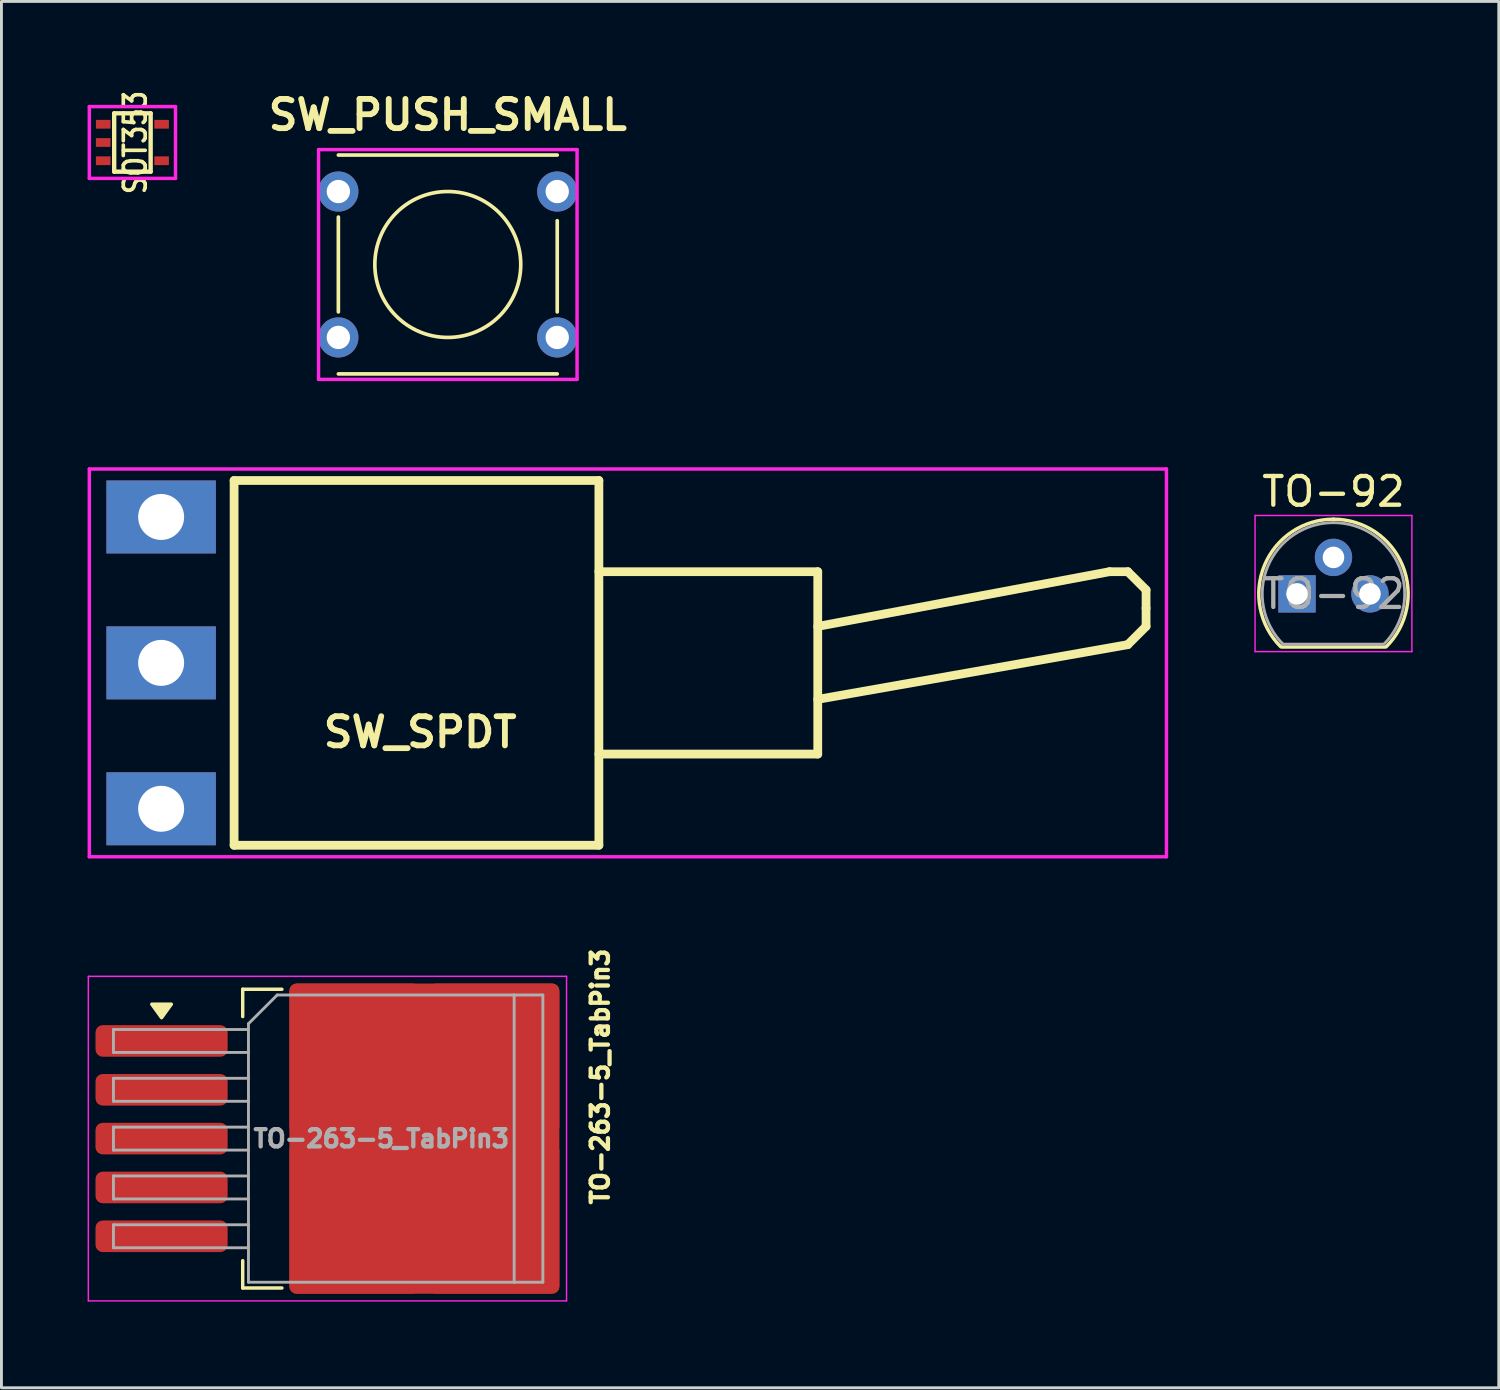
<source format=kicad_pcb>
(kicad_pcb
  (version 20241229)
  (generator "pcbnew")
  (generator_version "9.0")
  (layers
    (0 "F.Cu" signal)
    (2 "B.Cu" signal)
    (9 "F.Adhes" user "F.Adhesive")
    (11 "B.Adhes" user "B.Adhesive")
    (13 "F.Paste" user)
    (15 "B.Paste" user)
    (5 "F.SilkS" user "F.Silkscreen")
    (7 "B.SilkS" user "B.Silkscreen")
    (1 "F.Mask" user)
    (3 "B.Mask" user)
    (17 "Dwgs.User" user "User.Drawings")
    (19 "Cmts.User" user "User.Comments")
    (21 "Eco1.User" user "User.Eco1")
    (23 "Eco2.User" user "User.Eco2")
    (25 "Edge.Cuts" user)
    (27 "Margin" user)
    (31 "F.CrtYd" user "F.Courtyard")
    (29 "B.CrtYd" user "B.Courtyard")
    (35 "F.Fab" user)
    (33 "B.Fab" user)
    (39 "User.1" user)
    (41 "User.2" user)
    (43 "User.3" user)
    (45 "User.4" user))
  (footprint "TO-92"
    (layer "F.Cu")
    (at 42.105 17.626)
    (property "Reference" "TO-92" (at 1.27 -3.56 0) (layer "F.SilkS") (effects (font (size 1 1) (thickness 0.15))))
    (attr through_hole)
    (fp_line (start -0.53 1.85) (end 3.07 1.85) (stroke (width 0.12) (type solid)) (layer "F.SilkS"))
    (fp_arc (start -0.568478 1.838478) (mid -1.132087 -0.994977) (end 1.27 -2.6) (stroke (width 0.12) (type solid)) (layer "F.SilkS"))
    (fp_arc (start 1.27 -2.6) (mid 3.672087 -0.994977) (end 3.108478 1.838478) (stroke (width 0.12) (type solid)) (layer "F.SilkS"))
    (fp_line (start -1.46 -2.73) (end -1.46 2.01) (stroke (width 0.05) (type solid)) (layer "F.CrtYd"))
    (fp_line (start -1.46 -2.73) (end 4 -2.73) (stroke (width 0.05) (type solid)) (layer "F.CrtYd"))
    (fp_line (start 4 2.01) (end -1.46 2.01) (stroke (width 0.05) (type solid)) (layer "F.CrtYd"))
    (fp_line (start 4 2.01) (end 4 -2.73) (stroke (width 0.05) (type solid)) (layer "F.CrtYd"))
    (fp_line (start -0.5 1.75) (end 3 1.75) (stroke (width 0.1) (type solid)) (layer "F.Fab"))
    (fp_arc (start -0.483625 1.753625) (mid -1.021221 -0.949055) (end 1.27 -2.48) (stroke (width 0.1) (type solid)) (layer "F.Fab"))
    (fp_arc (start 1.27 -2.48) (mid 3.561221 -0.949055) (end 3.023625 1.753625) (stroke (width 0.1) (type solid)) (layer "F.Fab"))
    (fp_text user "${REFERENCE}" (at 1.27 0 0) (layer "F.Fab") (effects (font (size 1 1) (thickness 0.15))))
    (pad "1" thru_hole rect (at 0 0) (size 1.3 1.3) (drill 0.75) (layers "*.Cu" "*.Mask"))
    (pad "2" thru_hole circle (at 1.27 -1.27) (size 1.3 1.3) (drill 0.75) (layers "*.Cu" "*.Mask"))
    (pad "3" thru_hole circle (at 2.54 0) (size 1.3 1.3) (drill 0.75) (layers "*.Cu" "*.Mask")))
  (footprint "SW_SPDT"
    (layer "F.Cu")
    (at 2.56 20.028)
    (property "Reference" "SW_SPDT" (at 9.017 2.413 180) (layer "F.SilkS") (effects (font (size 1.016 1.016) (thickness 0.203))))
    (attr through_hole)
    (fp_line (start 2.54 -6.35) (end 2.54 6.35) (stroke (width 0.305) (type solid)) (layer "F.SilkS"))
    (fp_line (start 2.54 6.35) (end 15.24 6.35) (stroke (width 0.305) (type solid)) (layer "F.SilkS"))
    (fp_line (start 15.24 -6.35) (end 2.54 -6.35) (stroke (width 0.305) (type solid)) (layer "F.SilkS"))
    (fp_line (start 15.24 -3.175) (end 22.86 -3.175) (stroke (width 0.305) (type solid)) (layer "F.SilkS"))
    (fp_line (start 15.24 6.35) (end 15.24 -6.35) (stroke (width 0.305) (type solid)) (layer "F.SilkS"))
    (fp_line (start 22.86 -3.175) (end 22.86 3.175) (stroke (width 0.305) (type solid)) (layer "F.SilkS"))
    (fp_line (start 22.86 -1.27) (end 33.02 -3.175) (stroke (width 0.305) (type solid)) (layer "F.SilkS"))
    (fp_line (start 22.86 3.175) (end 15.24 3.175) (stroke (width 0.305) (type solid)) (layer "F.SilkS"))
    (fp_line (start 33.02 -3.175) (end 33.655 -3.175) (stroke (width 0.305) (type solid)) (layer "F.SilkS"))
    (fp_line (start 33.655 -3.175) (end 34.29 -2.54) (stroke (width 0.305) (type solid)) (layer "F.SilkS"))
    (fp_line (start 33.655 -0.635) (end 22.86 1.27) (stroke (width 0.305) (type solid)) (layer "F.SilkS"))
    (fp_line (start 34.29 -2.54) (end 34.29 -1.905) (stroke (width 0.305) (type solid)) (layer "F.SilkS"))
    (fp_line (start 34.29 -1.905) (end 34.29 -1.27) (stroke (width 0.305) (type solid)) (layer "F.SilkS"))
    (fp_line (start 34.29 -1.27) (end 33.655 -0.635) (stroke (width 0.305) (type solid)) (layer "F.SilkS"))
    (fp_line (start -2.5 -6.75) (end 35 -6.75) (stroke (width 0.12) (type solid)) (layer "F.CrtYd"))
    (fp_line (start -2.5 6.75) (end -2.5 -6.75) (stroke (width 0.12) (type solid)) (layer "F.CrtYd"))
    (fp_line (start 35 -6.75) (end 35 6.75) (stroke (width 0.12) (type solid)) (layer "F.CrtYd"))
    (fp_line (start 35 6.75) (end -2.5 6.75) (stroke (width 0.12) (type solid)) (layer "F.CrtYd"))
    (pad "1" thru_hole rect (at 0 -5.08) (size 3.81 2.54) (drill 1.6) (layers "*.Cu" "*.Mask"))
    (pad "2" thru_hole rect (at 0 0) (size 3.81 2.54) (drill 1.6) (layers "*.Cu" "*.Mask"))
    (pad "3" thru_hole rect (at 0 5.08) (size 3.81 2.54) (drill 1.6) (layers "*.Cu" "*.Mask")))
  (footprint "SW_PUSH_SMALL"
    (layer "F.Cu")
    (at 12.54 6.158)
    (property "Reference" "SW_PUSH_SMALL" (at 0 -5.207 0) (layer "F.SilkS") (effects (font (size 1.016 1.016) (thickness 0.203))))
    (attr through_hole)
    (fp_line (start -3.81 -3.81) (end 3.81 -3.81) (stroke (width 0.127) (type solid)) (layer "F.SilkS"))
    (fp_line (start -3.81 -1.651) (end -3.81 1.651) (stroke (width 0.127) (type solid)) (layer "F.SilkS"))
    (fp_line (start 3.81 -1.524) (end 3.81 1.651) (stroke (width 0.127) (type solid)) (layer "F.SilkS"))
    (fp_line (start 3.81 3.81) (end -3.81 3.81) (stroke (width 0.127) (type solid)) (layer "F.SilkS"))
    (fp_circle (center 0 0) (end 0 -2.54) (stroke (width 0.127) (type solid)) (fill no) (layer "F.SilkS"))
    (fp_line (start -4.5 -4) (end 4.5 -4) (stroke (width 0.12) (type solid)) (layer "F.CrtYd"))
    (fp_line (start -4.5 4) (end -4.5 -4) (stroke (width 0.12) (type solid)) (layer "F.CrtYd"))
    (fp_line (start 4.5 -4) (end 4.5 4) (stroke (width 0.12) (type solid)) (layer "F.CrtYd"))
    (fp_line (start 4.5 4) (end -4.5 4) (stroke (width 0.12) (type solid)) (layer "F.CrtYd"))
    (pad "1" thru_hole circle (at -3.81 -2.54) (size 1.397 1.397) (drill 0.813) (layers "*.Cu" "*.Mask"))
    (pad "1" thru_hole circle (at 3.81 -2.54) (size 1.397 1.397) (drill 0.813) (layers "*.Cu" "*.Mask"))
    (pad "2" thru_hole circle (at -3.81 2.54) (size 1.397 1.397) (drill 0.813) (layers "*.Cu" "*.Mask"))
    (pad "2" thru_hole circle (at 3.81 2.54) (size 1.397 1.397) (drill 0.813) (layers "*.Cu" "*.Mask")))
  (footprint "SOT353"
    (layer "F.Cu")
    (at 1.56 1.911)
    (property "Reference" "SOT353" (at 0.099 0 90) (layer "F.SilkS") (effects (font (size 0.762 0.635) (thickness 0.127))))
    (attr smd)
    (fp_line (start -0.635 -1.016) (end -0.635 1.016) (stroke (width 0.152) (type solid)) (layer "F.SilkS"))
    (fp_line (start -0.635 1.016) (end 0.635 1.016) (stroke (width 0.152) (type solid)) (layer "F.SilkS"))
    (fp_line (start 0.635 -1.016) (end -0.635 -1.016) (stroke (width 0.152) (type solid)) (layer "F.SilkS"))
    (fp_line (start 0.635 1.016) (end 0.635 -1.016) (stroke (width 0.152) (type solid)) (layer "F.SilkS"))
    (fp_line (start -1.5 -1.25) (end 1.5 -1.25) (stroke (width 0.12) (type solid)) (layer "F.CrtYd"))
    (fp_line (start -1.5 1.25) (end -1.5 -1.25) (stroke (width 0.12) (type solid)) (layer "F.CrtYd"))
    (fp_line (start 1.5 -1.25) (end 1.5 1.25) (stroke (width 0.12) (type solid)) (layer "F.CrtYd"))
    (fp_line (start 1.5 1.25) (end -1.5 1.25) (stroke (width 0.12) (type solid)) (layer "F.CrtYd"))
    (pad "1" smd rect (at -1.016 -0.635) (size 0.508 0.305) (layers "F.Cu" "F.Mask" "F.Paste"))
    (pad "2" smd rect (at -1.016 0) (size 0.508 0.305) (layers "F.Cu" "F.Mask" "F.Paste"))
    (pad "3" smd rect (at -1.016 0.635) (size 0.508 0.305) (layers "F.Cu" "F.Mask" "F.Paste"))
    (pad "4" smd rect (at 1.016 0.635) (size 0.508 0.305) (layers "F.Cu" "F.Mask" "F.Paste"))
    (pad "5" smd rect (at 1.016 -0.635) (size 0.508 0.305) (layers "F.Cu" "F.Mask" "F.Paste")))
  (footprint "TO-263-5_TabPin3"
    (layer "F.Cu")
    (at 10.225 36.591)
    (property "Reference" "TO-263-5_TabPin3" (at 7.62 -2.159 90) (layer "F.SilkS") (effects (font (size 0.6 0.6) (thickness 0.15))))
    (attr smd)
    (fp_line (start -4.825 -5.2) (end -4.825 -4.25) (stroke (width 0.12) (type solid)) (layer "F.SilkS"))
    (fp_line (start -4.825 5.2) (end -4.825 4.25) (stroke (width 0.12) (type solid)) (layer "F.SilkS"))
    (fp_line (start -3.46 -5.2) (end -4.825 -5.2) (stroke (width 0.12) (type solid)) (layer "F.SilkS"))
    (fp_line (start -3.46 5.2) (end -4.825 5.2) (stroke (width 0.12) (type solid)) (layer "F.SilkS"))
    (fp_poly (pts (xy -7.65 -4.21) (xy -7.99 -4.68) (xy -7.31 -4.68) (xy -7.65 -4.21)) (stroke (width 0.12) (type solid)) (fill yes) (layer "F.SilkS"))
    (fp_line (start -10.2 -5.65) (end -10.2 5.65) (stroke (width 0.05) (type solid)) (layer "F.CrtYd"))
    (fp_line (start -10.2 5.65) (end 6.45 5.65) (stroke (width 0.05) (type solid)) (layer "F.CrtYd"))
    (fp_line (start 6.45 -5.65) (end -10.2 -5.65) (stroke (width 0.05) (type solid)) (layer "F.CrtYd"))
    (fp_line (start 6.45 5.65) (end 6.45 -5.65) (stroke (width 0.05) (type solid)) (layer "F.CrtYd"))
    (fp_line (start -9.325 -3.8) (end -9.325 -3) (stroke (width 0.1) (type solid)) (layer "F.Fab"))
    (fp_line (start -9.325 -3) (end -4.625 -3) (stroke (width 0.1) (type solid)) (layer "F.Fab"))
    (fp_line (start -9.325 -2.1) (end -9.325 -1.3) (stroke (width 0.1) (type solid)) (layer "F.Fab"))
    (fp_line (start -9.325 -1.3) (end -4.625 -1.3) (stroke (width 0.1) (type solid)) (layer "F.Fab"))
    (fp_line (start -9.325 -0.4) (end -9.325 0.4) (stroke (width 0.1) (type solid)) (layer "F.Fab"))
    (fp_line (start -9.325 0.4) (end -4.625 0.4) (stroke (width 0.1) (type solid)) (layer "F.Fab"))
    (fp_line (start -9.325 1.3) (end -9.325 2.1) (stroke (width 0.1) (type solid)) (layer "F.Fab"))
    (fp_line (start -9.325 2.1) (end -4.625 2.1) (stroke (width 0.1) (type solid)) (layer "F.Fab"))
    (fp_line (start -9.325 3) (end -9.325 3.8) (stroke (width 0.1) (type solid)) (layer "F.Fab"))
    (fp_line (start -9.325 3.8) (end -4.625 3.8) (stroke (width 0.1) (type solid)) (layer "F.Fab"))
    (fp_line (start -4.625 -4) (end -3.625 -5) (stroke (width 0.1) (type solid)) (layer "F.Fab"))
    (fp_line (start -4.625 -3.8) (end -9.325 -3.8) (stroke (width 0.1) (type solid)) (layer "F.Fab"))
    (fp_line (start -4.625 -2.1) (end -9.325 -2.1) (stroke (width 0.1) (type solid)) (layer "F.Fab"))
    (fp_line (start -4.625 -0.4) (end -9.325 -0.4) (stroke (width 0.1) (type solid)) (layer "F.Fab"))
    (fp_line (start -4.625 1.3) (end -9.325 1.3) (stroke (width 0.1) (type solid)) (layer "F.Fab"))
    (fp_line (start -4.625 3) (end -9.325 3) (stroke (width 0.1) (type solid)) (layer "F.Fab"))
    (fp_line (start -4.625 5) (end -4.625 -4) (stroke (width 0.1) (type solid)) (layer "F.Fab"))
    (fp_line (start -3.625 -5) (end 4.625 -5) (stroke (width 0.1) (type solid)) (layer "F.Fab"))
    (fp_line (start 4.625 -5) (end 4.625 5) (stroke (width 0.1) (type solid)) (layer "F.Fab"))
    (fp_line (start 4.625 -5) (end 5.625 -5) (stroke (width 0.1) (type solid)) (layer "F.Fab"))
    (fp_line (start 4.625 5) (end -4.625 5) (stroke (width 0.1) (type solid)) (layer "F.Fab"))
    (fp_line (start 5.625 -5) (end 5.625 5) (stroke (width 0.1) (type solid)) (layer "F.Fab"))
    (fp_line (start 5.625 5) (end 4.625 5) (stroke (width 0.1) (type solid)) (layer "F.Fab"))
    (fp_text user "${REFERENCE}" (at 0 0 0) (layer "F.Fab") (effects (font (size 0.6 0.6) (thickness 0.15))))
    (pad "1" smd roundrect (at -7.65 -3.4) (size 4.6 1.1) (layers "F.Cu" "F.Mask" "F.Paste") (roundrect_rratio 0.227))
    (pad "2" smd roundrect (at -7.65 -1.7) (size 4.6 1.1) (layers "F.Cu" "F.Mask" "F.Paste") (roundrect_rratio 0.227))
    (pad "3" smd roundrect (at -7.65 0) (size 4.6 1.1) (layers "F.Cu" "F.Mask" "F.Paste") (roundrect_rratio 0.227))
    (pad "3" smd roundrect (at -0.925 -2.775) (size 4.55 5.25) (layers "F.Cu" "F.Paste") (roundrect_rratio 0.055))
    (pad "3" smd roundrect (at -0.925 2.775) (size 4.55 5.25) (layers "F.Cu" "F.Paste") (roundrect_rratio 0.055))
    (pad "3" smd roundrect (at 1.5 0) (size 9.4 10.8) (layers "F.Cu" "F.Mask") (roundrect_rratio 0.027))
    (pad "3" smd roundrect (at 3.925 -2.775) (size 4.55 5.25) (layers "F.Cu" "F.Paste") (roundrect_rratio 0.055))
    (pad "3" smd roundrect (at 3.925 2.775) (size 4.55 5.25) (layers "F.Cu" "F.Paste") (roundrect_rratio 0.055))
    (pad "4" smd roundrect (at -7.65 1.7) (size 4.6 1.1) (layers "F.Cu" "F.Mask" "F.Paste") (roundrect_rratio 0.227))
    (pad "5" smd roundrect (at -7.65 3.4) (size 4.6 1.1) (layers "F.Cu" "F.Mask" "F.Paste") (roundrect_rratio 0.227)))
  (gr_rect
    (start -3 -3)
    (end 49.13 45.266)
    (stroke (width 0.1) (type default))
    (fill no)
    (layer "Edge.Cuts")))
</source>
